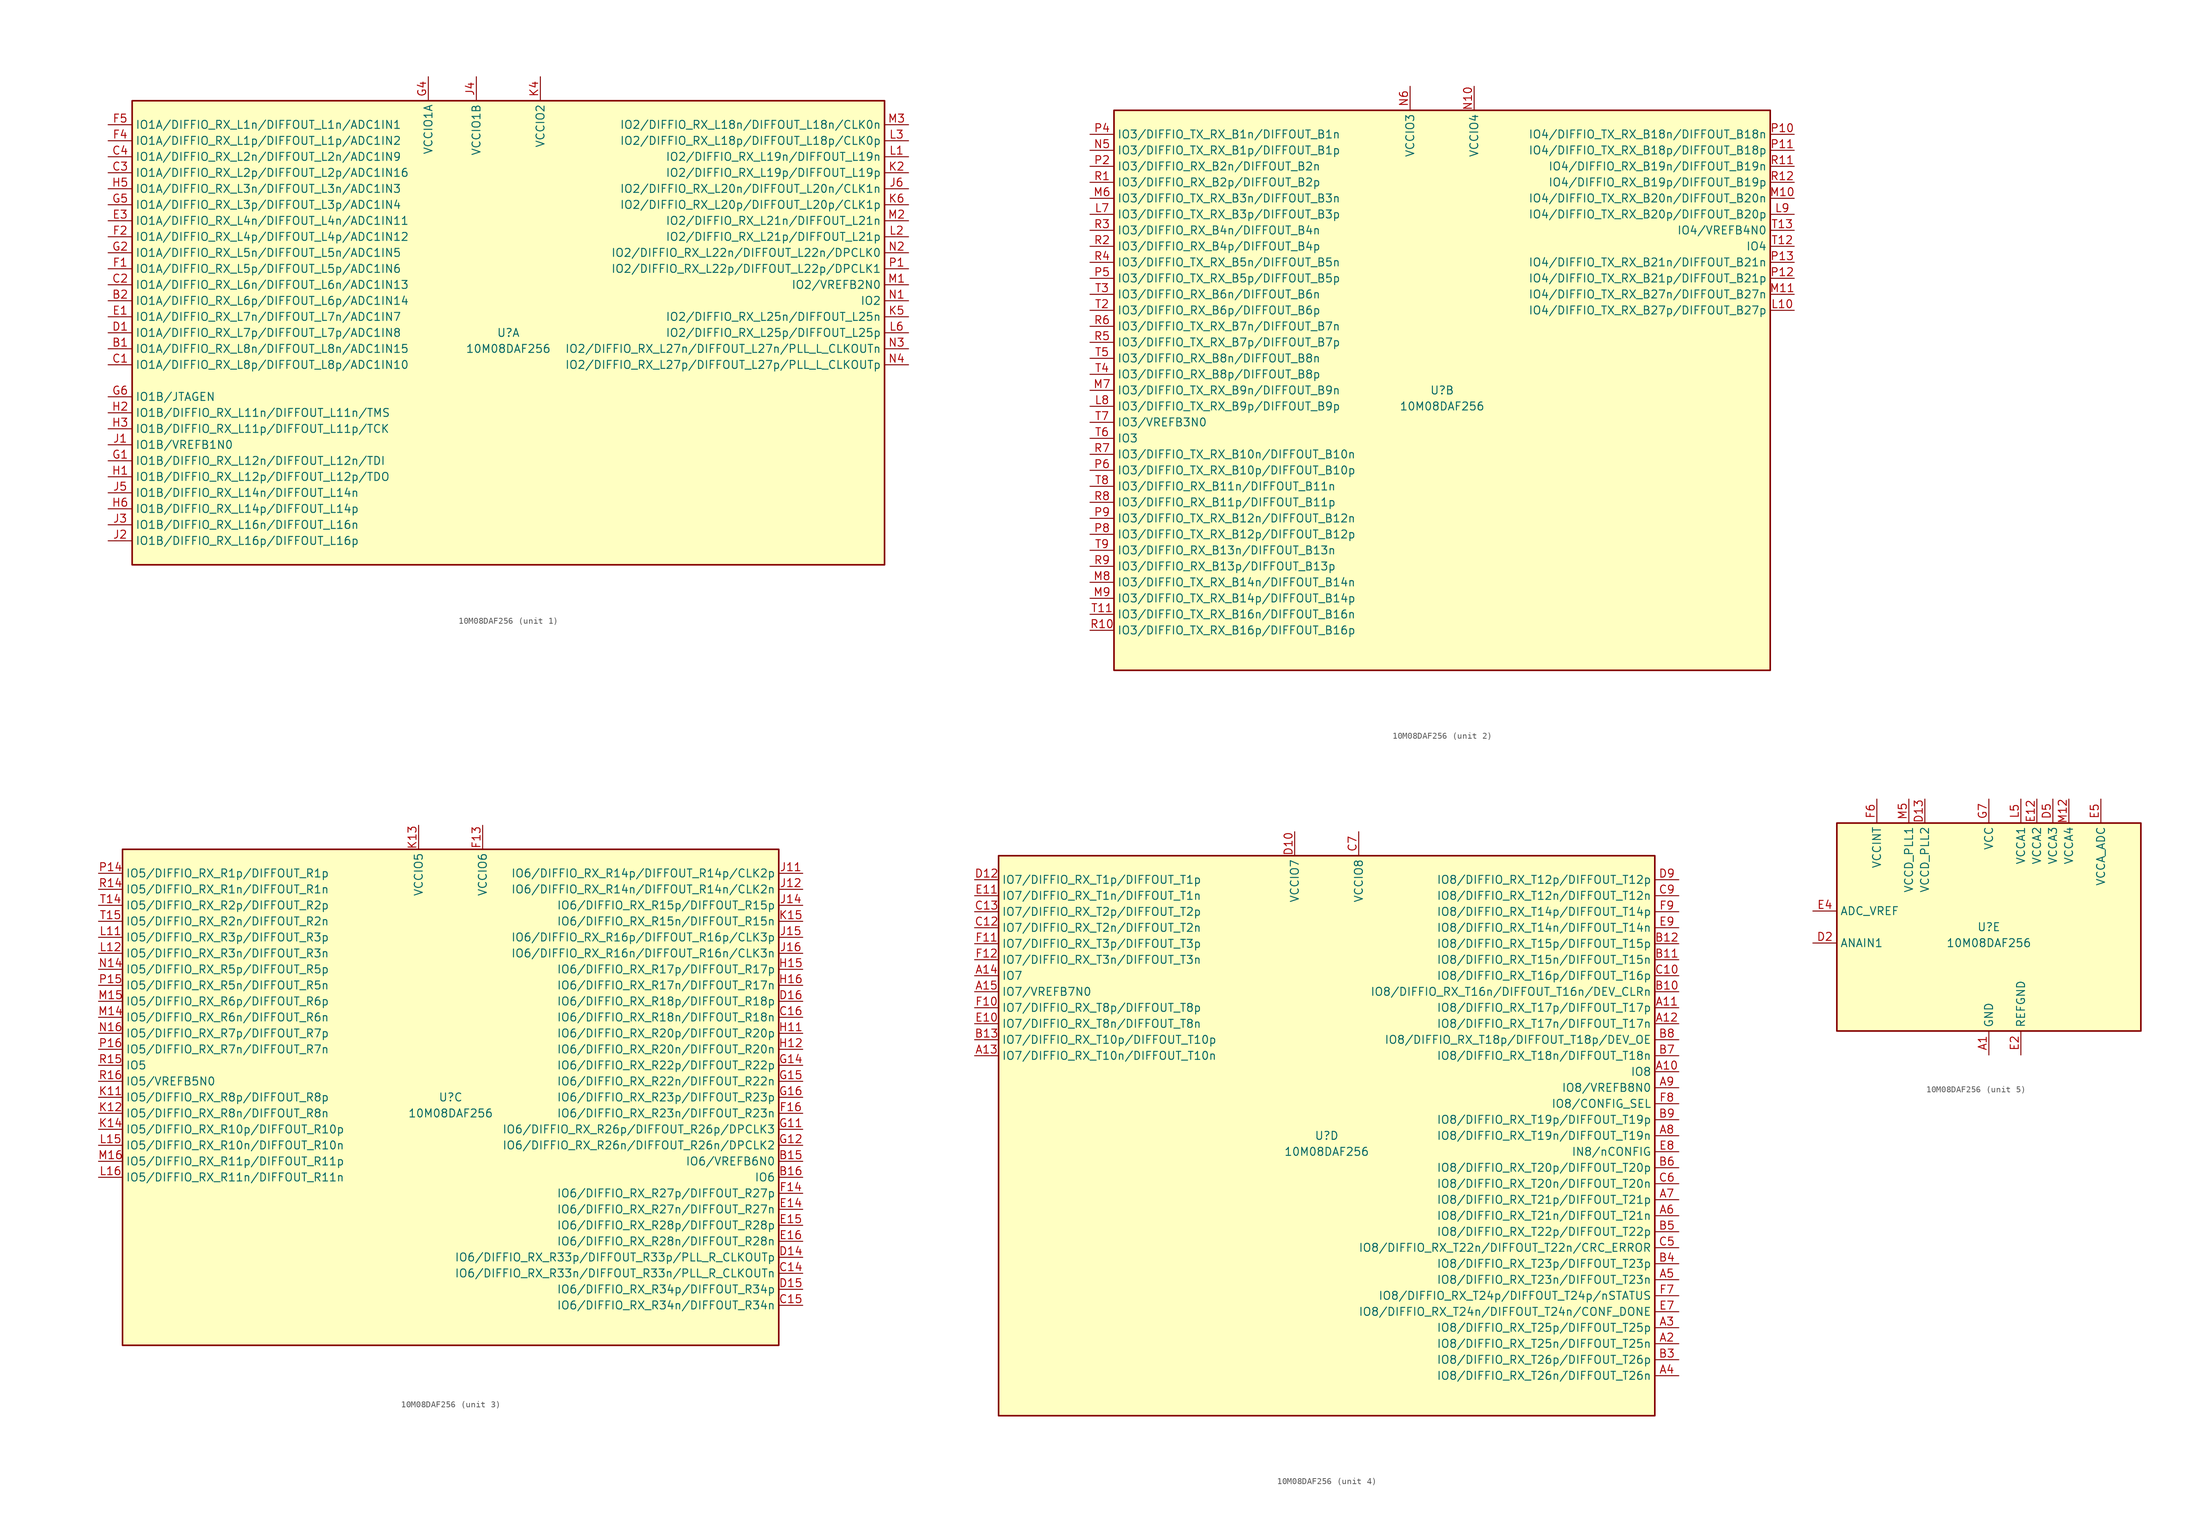
<source format=kicad_sym>
(kicad_symbol_lib
  (version 20220914)
  (generator kicad_symbol_editor)
  (symbol "10M08DAF256"
    (property "Reference" "U"
      (at 0 0 0)
      (effects (font (size 1.27 1.27))))
    (property "Value" "10M08DAF256"
      (at 0 -2.54 0)
      (effects (font (size 1.27 1.27))))
    (property "ki_locked" ""
      (at 0 0 0)
      (effects (font (size 1.27 1.27))))
    (symbol "10M08DAF256_1_1"
      (rectangle (start -59.69 36.83) (end 59.69 -36.83) (stroke (width 0.254) (type default)) (fill (type background)))
      (pin bidirectional line (at -63.5 -2.54 0) (length 3.81) (name "IO1A/DIFFIO_RX_L8n/DIFFOUT_L8n/ADC1IN15" (effects (font (size 1.27 1.27)))) (number "B1" (effects (font (size 1.27 1.27)))))
      (pin bidirectional line (at -63.5 5.08 0) (length 3.81) (name "IO1A/DIFFIO_RX_L6p/DIFFOUT_L6p/ADC1IN14" (effects (font (size 1.27 1.27)))) (number "B2" (effects (font (size 1.27 1.27)))))
      (pin bidirectional line (at -63.5 -5.08 0) (length 3.81) (name "IO1A/DIFFIO_RX_L8p/DIFFOUT_L8p/ADC1IN10" (effects (font (size 1.27 1.27)))) (number "C1" (effects (font (size 1.27 1.27)))))
      (pin bidirectional line (at -63.5 7.62 0) (length 3.81) (name "IO1A/DIFFIO_RX_L6n/DIFFOUT_L6n/ADC1IN13" (effects (font (size 1.27 1.27)))) (number "C2" (effects (font (size 1.27 1.27)))))
      (pin bidirectional line (at -63.5 25.4 0) (length 3.81) (name "IO1A/DIFFIO_RX_L2p/DIFFOUT_L2p/ADC1IN16" (effects (font (size 1.27 1.27)))) (number "C3" (effects (font (size 1.27 1.27)))))
      (pin bidirectional line (at -63.5 27.94 0) (length 3.81) (name "IO1A/DIFFIO_RX_L2n/DIFFOUT_L2n/ADC1IN9" (effects (font (size 1.27 1.27)))) (number "C4" (effects (font (size 1.27 1.27)))))
      (pin bidirectional line (at -63.5 0 0) (length 3.81) (name "IO1A/DIFFIO_RX_L7p/DIFFOUT_L7p/ADC1IN8" (effects (font (size 1.27 1.27)))) (number "D1" (effects (font (size 1.27 1.27)))))
      (pin bidirectional line (at -63.5 2.54 0) (length 3.81) (name "IO1A/DIFFIO_RX_L7n/DIFFOUT_L7n/ADC1IN7" (effects (font (size 1.27 1.27)))) (number "E1" (effects (font (size 1.27 1.27)))))
      (pin bidirectional line (at -63.5 17.78 0) (length 3.81) (name "IO1A/DIFFIO_RX_L4n/DIFFOUT_L4n/ADC1IN11" (effects (font (size 1.27 1.27)))) (number "E3" (effects (font (size 1.27 1.27)))))
      (pin bidirectional line (at -63.5 10.16 0) (length 3.81) (name "IO1A/DIFFIO_RX_L5p/DIFFOUT_L5p/ADC1IN6" (effects (font (size 1.27 1.27)))) (number "F1" (effects (font (size 1.27 1.27)))))
      (pin bidirectional line (at -63.5 15.24 0) (length 3.81) (name "IO1A/DIFFIO_RX_L4p/DIFFOUT_L4p/ADC1IN12" (effects (font (size 1.27 1.27)))) (number "F2" (effects (font (size 1.27 1.27)))))
      (pin bidirectional line (at -63.5 30.48 0) (length 3.81) (name "IO1A/DIFFIO_RX_L1p/DIFFOUT_L1p/ADC1IN2" (effects (font (size 1.27 1.27)))) (number "F4" (effects (font (size 1.27 1.27)))))
      (pin bidirectional line (at -63.5 33.02 0) (length 3.81) (name "IO1A/DIFFIO_RX_L1n/DIFFOUT_L1n/ADC1IN1" (effects (font (size 1.27 1.27)))) (number "F5" (effects (font (size 1.27 1.27)))))
      (pin bidirectional line (at -63.5 -20.32 0) (length 3.81) (name "IO1B/DIFFIO_RX_L12n/DIFFOUT_L12n/TDI" (effects (font (size 1.27 1.27)))) (number "G1" (effects (font (size 1.27 1.27)))))
      (pin bidirectional line (at -63.5 12.7 0) (length 3.81) (name "IO1A/DIFFIO_RX_L5n/DIFFOUT_L5n/ADC1IN5" (effects (font (size 1.27 1.27)))) (number "G2" (effects (font (size 1.27 1.27)))))
      (pin power_in line (at -12.7 40.64 270) (length 3.81) (name "VCCIO1A" (effects (font (size 1.27 1.27)))) (number "G4" (effects (font (size 1.27 1.27)))))
      (pin bidirectional line (at -63.5 20.32 0) (length 3.81) (name "IO1A/DIFFIO_RX_L3p/DIFFOUT_L3p/ADC1IN4" (effects (font (size 1.27 1.27)))) (number "G5" (effects (font (size 1.27 1.27)))))
      (pin bidirectional line (at -63.5 -10.16 0) (length 3.81) (name "IO1B/JTAGEN" (effects (font (size 1.27 1.27)))) (number "G6" (effects (font (size 1.27 1.27)))))
      (pin bidirectional line (at -63.5 -22.86 0) (length 3.81) (name "IO1B/DIFFIO_RX_L12p/DIFFOUT_L12p/TDO" (effects (font (size 1.27 1.27)))) (number "H1" (effects (font (size 1.27 1.27)))))
      (pin bidirectional line (at -63.5 -12.7 0) (length 3.81) (name "IO1B/DIFFIO_RX_L11n/DIFFOUT_L11n/TMS" (effects (font (size 1.27 1.27)))) (number "H2" (effects (font (size 1.27 1.27)))))
      (pin bidirectional line (at -63.5 -15.24 0) (length 3.81) (name "IO1B/DIFFIO_RX_L11p/DIFFOUT_L11p/TCK" (effects (font (size 1.27 1.27)))) (number "H3" (effects (font (size 1.27 1.27)))))
      (pin passive line (at -12.7 40.64 270) (length 3.81) hide (name "VCCIO1A" (effects (font (size 1.27 1.27)))) (number "H4" (effects (font (size 1.27 1.27)))))
      (pin bidirectional line (at -63.5 22.86 0) (length 3.81) (name "IO1A/DIFFIO_RX_L3n/DIFFOUT_L3n/ADC1IN3" (effects (font (size 1.27 1.27)))) (number "H5" (effects (font (size 1.27 1.27)))))
      (pin bidirectional line (at -63.5 -27.94 0) (length 3.81) (name "IO1B/DIFFIO_RX_L14p/DIFFOUT_L14p" (effects (font (size 1.27 1.27)))) (number "H6" (effects (font (size 1.27 1.27)))))
      (pin bidirectional line (at -63.5 -17.78 0) (length 3.81) (name "IO1B/VREFB1N0" (effects (font (size 1.27 1.27)))) (number "J1" (effects (font (size 1.27 1.27)))))
      (pin bidirectional line (at -63.5 -33.02 0) (length 3.81) (name "IO1B/DIFFIO_RX_L16p/DIFFOUT_L16p" (effects (font (size 1.27 1.27)))) (number "J2" (effects (font (size 1.27 1.27)))))
      (pin bidirectional line (at -63.5 -30.48 0) (length 3.81) (name "IO1B/DIFFIO_RX_L16n/DIFFOUT_L16n" (effects (font (size 1.27 1.27)))) (number "J3" (effects (font (size 1.27 1.27)))))
      (pin power_in line (at -5.08 40.64 270) (length 3.81) (name "VCCIO1B" (effects (font (size 1.27 1.27)))) (number "J4" (effects (font (size 1.27 1.27)))))
      (pin bidirectional line (at -63.5 -25.4 0) (length 3.81) (name "IO1B/DIFFIO_RX_L14n/DIFFOUT_L14n" (effects (font (size 1.27 1.27)))) (number "J5" (effects (font (size 1.27 1.27)))))
      (pin bidirectional line (at 63.5 22.86 180) (length 3.81) (name "IO2/DIFFIO_RX_L20n/DIFFOUT_L20n/CLK1n" (effects (font (size 1.27 1.27)))) (number "J6" (effects (font (size 1.27 1.27)))))
      (pin bidirectional line (at 63.5 25.4 180) (length 3.81) (name "IO2/DIFFIO_RX_L19p/DIFFOUT_L19p" (effects (font (size 1.27 1.27)))) (number "K2" (effects (font (size 1.27 1.27)))))
      (pin power_in line (at 5.08 40.64 270) (length 3.81) (name "VCCIO2" (effects (font (size 1.27 1.27)))) (number "K4" (effects (font (size 1.27 1.27)))))
      (pin bidirectional line (at 63.5 2.54 180) (length 3.81) (name "IO2/DIFFIO_RX_L25n/DIFFOUT_L25n" (effects (font (size 1.27 1.27)))) (number "K5" (effects (font (size 1.27 1.27)))))
      (pin bidirectional line (at 63.5 20.32 180) (length 3.81) (name "IO2/DIFFIO_RX_L20p/DIFFOUT_L20p/CLK1p" (effects (font (size 1.27 1.27)))) (number "K6" (effects (font (size 1.27 1.27)))))
      (pin bidirectional line (at 63.5 27.94 180) (length 3.81) (name "IO2/DIFFIO_RX_L19n/DIFFOUT_L19n" (effects (font (size 1.27 1.27)))) (number "L1" (effects (font (size 1.27 1.27)))))
      (pin bidirectional line (at 63.5 15.24 180) (length 3.81) (name "IO2/DIFFIO_RX_L21p/DIFFOUT_L21p" (effects (font (size 1.27 1.27)))) (number "L2" (effects (font (size 1.27 1.27)))))
      (pin bidirectional line (at 63.5 30.48 180) (length 3.81) (name "IO2/DIFFIO_RX_L18p/DIFFOUT_L18p/CLK0p" (effects (font (size 1.27 1.27)))) (number "L3" (effects (font (size 1.27 1.27)))))
      (pin passive line (at 5.08 40.64 270) (length 3.81) hide (name "VCCIO2" (effects (font (size 1.27 1.27)))) (number "L4" (effects (font (size 1.27 1.27)))))
      (pin bidirectional line (at 63.5 0 180) (length 3.81) (name "IO2/DIFFIO_RX_L25p/DIFFOUT_L25p" (effects (font (size 1.27 1.27)))) (number "L6" (effects (font (size 1.27 1.27)))))
      (pin bidirectional line (at 63.5 7.62 180) (length 3.81) (name "IO2/VREFB2N0" (effects (font (size 1.27 1.27)))) (number "M1" (effects (font (size 1.27 1.27)))))
      (pin bidirectional line (at 63.5 17.78 180) (length 3.81) (name "IO2/DIFFIO_RX_L21n/DIFFOUT_L21n" (effects (font (size 1.27 1.27)))) (number "M2" (effects (font (size 1.27 1.27)))))
      (pin bidirectional line (at 63.5 33.02 180) (length 3.81) (name "IO2/DIFFIO_RX_L18n/DIFFOUT_L18n/CLK0n" (effects (font (size 1.27 1.27)))) (number "M3" (effects (font (size 1.27 1.27)))))
      (pin bidirectional line (at 63.5 5.08 180) (length 3.81) (name "IO2" (effects (font (size 1.27 1.27)))) (number "N1" (effects (font (size 1.27 1.27)))))
      (pin bidirectional line (at 63.5 12.7 180) (length 3.81) (name "IO2/DIFFIO_RX_L22n/DIFFOUT_L22n/DPCLK0" (effects (font (size 1.27 1.27)))) (number "N2" (effects (font (size 1.27 1.27)))))
      (pin bidirectional line (at 63.5 -2.54 180) (length 3.81) (name "IO2/DIFFIO_RX_L27n/DIFFOUT_L27n/PLL_L_CLKOUTn" (effects (font (size 1.27 1.27)))) (number "N3" (effects (font (size 1.27 1.27)))))
      (pin bidirectional line (at 63.5 -5.08 180) (length 3.81) (name "IO2/DIFFIO_RX_L27p/DIFFOUT_L27p/PLL_L_CLKOUTp" (effects (font (size 1.27 1.27)))) (number "N4" (effects (font (size 1.27 1.27)))))
      (pin bidirectional line (at 63.5 10.16 180) (length 3.81) (name "IO2/DIFFIO_RX_L22p/DIFFOUT_L22p/DPCLK1" (effects (font (size 1.27 1.27)))) (number "P1" (effects (font (size 1.27 1.27))))))
    (symbol "10M08DAF256_2_1"
      (rectangle (start -52.07 44.45) (end 52.07 -44.45) (stroke (width 0.254) (type default)) (fill (type background)))
      (pin bidirectional line (at 55.88 12.7 180) (length 3.81) (name "IO4/DIFFIO_TX_RX_B27p/DIFFOUT_B27p" (effects (font (size 1.27 1.27)))) (number "L10" (effects (font (size 1.27 1.27)))))
      (pin bidirectional line (at -55.88 27.94 0) (length 3.81) (name "IO3/DIFFIO_TX_RX_B3p/DIFFOUT_B3p" (effects (font (size 1.27 1.27)))) (number "L7" (effects (font (size 1.27 1.27)))))
      (pin bidirectional line (at -55.88 -2.54 0) (length 3.81) (name "IO3/DIFFIO_TX_RX_B9p/DIFFOUT_B9p" (effects (font (size 1.27 1.27)))) (number "L8" (effects (font (size 1.27 1.27)))))
      (pin bidirectional line (at 55.88 27.94 180) (length 3.81) (name "IO4/DIFFIO_TX_RX_B20p/DIFFOUT_B20p" (effects (font (size 1.27 1.27)))) (number "L9" (effects (font (size 1.27 1.27)))))
      (pin bidirectional line (at 55.88 30.48 180) (length 3.81) (name "IO4/DIFFIO_TX_RX_B20n/DIFFOUT_B20n" (effects (font (size 1.27 1.27)))) (number "M10" (effects (font (size 1.27 1.27)))))
      (pin bidirectional line (at 55.88 15.24 180) (length 3.81) (name "IO4/DIFFIO_TX_RX_B27n/DIFFOUT_B27n" (effects (font (size 1.27 1.27)))) (number "M11" (effects (font (size 1.27 1.27)))))
      (pin bidirectional line (at -55.88 30.48 0) (length 3.81) (name "IO3/DIFFIO_TX_RX_B3n/DIFFOUT_B3n" (effects (font (size 1.27 1.27)))) (number "M6" (effects (font (size 1.27 1.27)))))
      (pin bidirectional line (at -55.88 0 0) (length 3.81) (name "IO3/DIFFIO_TX_RX_B9n/DIFFOUT_B9n" (effects (font (size 1.27 1.27)))) (number "M7" (effects (font (size 1.27 1.27)))))
      (pin bidirectional line (at -55.88 -30.48 0) (length 3.81) (name "IO3/DIFFIO_TX_RX_B14n/DIFFOUT_B14n" (effects (font (size 1.27 1.27)))) (number "M8" (effects (font (size 1.27 1.27)))))
      (pin bidirectional line (at -55.88 -33.02 0) (length 3.81) (name "IO3/DIFFIO_TX_RX_B14p/DIFFOUT_B14p" (effects (font (size 1.27 1.27)))) (number "M9" (effects (font (size 1.27 1.27)))))
      (pin power_in line (at 5.08 48.26 270) (length 3.81) (name "VCCIO4" (effects (font (size 1.27 1.27)))) (number "N10" (effects (font (size 1.27 1.27)))))
      (pin passive line (at 5.08 48.26 270) (length 3.81) hide (name "VCCIO4" (effects (font (size 1.27 1.27)))) (number "N11" (effects (font (size 1.27 1.27)))))
      (pin bidirectional line (at -55.88 38.1 0) (length 3.81) (name "IO3/DIFFIO_TX_RX_B1p/DIFFOUT_B1p" (effects (font (size 1.27 1.27)))) (number "N5" (effects (font (size 1.27 1.27)))))
      (pin power_in line (at -5.08 48.26 270) (length 3.81) (name "VCCIO3" (effects (font (size 1.27 1.27)))) (number "N6" (effects (font (size 1.27 1.27)))))
      (pin passive line (at -5.08 48.26 270) (length 3.81) hide (name "VCCIO3" (effects (font (size 1.27 1.27)))) (number "N7" (effects (font (size 1.27 1.27)))))
      (pin passive line (at -5.08 48.26 270) (length 3.81) hide (name "VCCIO3" (effects (font (size 1.27 1.27)))) (number "N8" (effects (font (size 1.27 1.27)))))
      (pin bidirectional line (at 55.88 40.64 180) (length 3.81) (name "IO4/DIFFIO_TX_RX_B18n/DIFFOUT_B18n" (effects (font (size 1.27 1.27)))) (number "P10" (effects (font (size 1.27 1.27)))))
      (pin bidirectional line (at 55.88 38.1 180) (length 3.81) (name "IO4/DIFFIO_TX_RX_B18p/DIFFOUT_B18p" (effects (font (size 1.27 1.27)))) (number "P11" (effects (font (size 1.27 1.27)))))
      (pin bidirectional line (at 55.88 17.78 180) (length 3.81) (name "IO4/DIFFIO_TX_RX_B21p/DIFFOUT_B21p" (effects (font (size 1.27 1.27)))) (number "P12" (effects (font (size 1.27 1.27)))))
      (pin bidirectional line (at 55.88 20.32 180) (length 3.81) (name "IO4/DIFFIO_TX_RX_B21n/DIFFOUT_B21n" (effects (font (size 1.27 1.27)))) (number "P13" (effects (font (size 1.27 1.27)))))
      (pin bidirectional line (at -55.88 35.56 0) (length 3.81) (name "IO3/DIFFIO_RX_B2n/DIFFOUT_B2n" (effects (font (size 1.27 1.27)))) (number "P2" (effects (font (size 1.27 1.27)))))
      (pin bidirectional line (at -55.88 40.64 0) (length 3.81) (name "IO3/DIFFIO_TX_RX_B1n/DIFFOUT_B1n" (effects (font (size 1.27 1.27)))) (number "P4" (effects (font (size 1.27 1.27)))))
      (pin bidirectional line (at -55.88 17.78 0) (length 3.81) (name "IO3/DIFFIO_TX_RX_B5p/DIFFOUT_B5p" (effects (font (size 1.27 1.27)))) (number "P5" (effects (font (size 1.27 1.27)))))
      (pin bidirectional line (at -55.88 -12.7 0) (length 3.81) (name "IO3/DIFFIO_TX_RX_B10p/DIFFOUT_B10p" (effects (font (size 1.27 1.27)))) (number "P6" (effects (font (size 1.27 1.27)))))
      (pin bidirectional line (at -55.88 -22.86 0) (length 3.81) (name "IO3/DIFFIO_TX_RX_B12p/DIFFOUT_B12p" (effects (font (size 1.27 1.27)))) (number "P8" (effects (font (size 1.27 1.27)))))
      (pin bidirectional line (at -55.88 -20.32 0) (length 3.81) (name "IO3/DIFFIO_TX_RX_B12n/DIFFOUT_B12n" (effects (font (size 1.27 1.27)))) (number "P9" (effects (font (size 1.27 1.27)))))
      (pin bidirectional line (at -55.88 33.02 0) (length 3.81) (name "IO3/DIFFIO_RX_B2p/DIFFOUT_B2p" (effects (font (size 1.27 1.27)))) (number "R1" (effects (font (size 1.27 1.27)))))
      (pin bidirectional line (at -55.88 -38.1 0) (length 3.81) (name "IO3/DIFFIO_TX_RX_B16p/DIFFOUT_B16p" (effects (font (size 1.27 1.27)))) (number "R10" (effects (font (size 1.27 1.27)))))
      (pin bidirectional line (at 55.88 35.56 180) (length 3.81) (name "IO4/DIFFIO_RX_B19n/DIFFOUT_B19n" (effects (font (size 1.27 1.27)))) (number "R11" (effects (font (size 1.27 1.27)))))
      (pin bidirectional line (at 55.88 33.02 180) (length 3.81) (name "IO4/DIFFIO_RX_B19p/DIFFOUT_B19p" (effects (font (size 1.27 1.27)))) (number "R12" (effects (font (size 1.27 1.27)))))
      (pin bidirectional line (at -55.88 22.86 0) (length 3.81) (name "IO3/DIFFIO_RX_B4p/DIFFOUT_B4p" (effects (font (size 1.27 1.27)))) (number "R2" (effects (font (size 1.27 1.27)))))
      (pin bidirectional line (at -55.88 25.4 0) (length 3.81) (name "IO3/DIFFIO_RX_B4n/DIFFOUT_B4n" (effects (font (size 1.27 1.27)))) (number "R3" (effects (font (size 1.27 1.27)))))
      (pin bidirectional line (at -55.88 20.32 0) (length 3.81) (name "IO3/DIFFIO_TX_RX_B5n/DIFFOUT_B5n" (effects (font (size 1.27 1.27)))) (number "R4" (effects (font (size 1.27 1.27)))))
      (pin bidirectional line (at -55.88 7.62 0) (length 3.81) (name "IO3/DIFFIO_TX_RX_B7p/DIFFOUT_B7p" (effects (font (size 1.27 1.27)))) (number "R5" (effects (font (size 1.27 1.27)))))
      (pin bidirectional line (at -55.88 10.16 0) (length 3.81) (name "IO3/DIFFIO_TX_RX_B7n/DIFFOUT_B7n" (effects (font (size 1.27 1.27)))) (number "R6" (effects (font (size 1.27 1.27)))))
      (pin bidirectional line (at -55.88 -10.16 0) (length 3.81) (name "IO3/DIFFIO_TX_RX_B10n/DIFFOUT_B10n" (effects (font (size 1.27 1.27)))) (number "R7" (effects (font (size 1.27 1.27)))))
      (pin bidirectional line (at -55.88 -17.78 0) (length 3.81) (name "IO3/DIFFIO_RX_B11p/DIFFOUT_B11p" (effects (font (size 1.27 1.27)))) (number "R8" (effects (font (size 1.27 1.27)))))
      (pin bidirectional line (at -55.88 -27.94 0) (length 3.81) (name "IO3/DIFFIO_RX_B13p/DIFFOUT_B13p" (effects (font (size 1.27 1.27)))) (number "R9" (effects (font (size 1.27 1.27)))))
      (pin bidirectional line (at -55.88 -35.56 0) (length 3.81) (name "IO3/DIFFIO_TX_RX_B16n/DIFFOUT_B16n" (effects (font (size 1.27 1.27)))) (number "T11" (effects (font (size 1.27 1.27)))))
      (pin bidirectional line (at 55.88 22.86 180) (length 3.81) (name "IO4" (effects (font (size 1.27 1.27)))) (number "T12" (effects (font (size 1.27 1.27)))))
      (pin bidirectional line (at 55.88 25.4 180) (length 3.81) (name "IO4/VREFB4N0" (effects (font (size 1.27 1.27)))) (number "T13" (effects (font (size 1.27 1.27)))))
      (pin bidirectional line (at -55.88 12.7 0) (length 3.81) (name "IO3/DIFFIO_RX_B6p/DIFFOUT_B6p" (effects (font (size 1.27 1.27)))) (number "T2" (effects (font (size 1.27 1.27)))))
      (pin bidirectional line (at -55.88 15.24 0) (length 3.81) (name "IO3/DIFFIO_RX_B6n/DIFFOUT_B6n" (effects (font (size 1.27 1.27)))) (number "T3" (effects (font (size 1.27 1.27)))))
      (pin bidirectional line (at -55.88 2.54 0) (length 3.81) (name "IO3/DIFFIO_RX_B8p/DIFFOUT_B8p" (effects (font (size 1.27 1.27)))) (number "T4" (effects (font (size 1.27 1.27)))))
      (pin bidirectional line (at -55.88 5.08 0) (length 3.81) (name "IO3/DIFFIO_RX_B8n/DIFFOUT_B8n" (effects (font (size 1.27 1.27)))) (number "T5" (effects (font (size 1.27 1.27)))))
      (pin bidirectional line (at -55.88 -7.62 0) (length 3.81) (name "IO3" (effects (font (size 1.27 1.27)))) (number "T6" (effects (font (size 1.27 1.27)))))
      (pin bidirectional line (at -55.88 -5.08 0) (length 3.81) (name "IO3/VREFB3N0" (effects (font (size 1.27 1.27)))) (number "T7" (effects (font (size 1.27 1.27)))))
      (pin bidirectional line (at -55.88 -15.24 0) (length 3.81) (name "IO3/DIFFIO_RX_B11n/DIFFOUT_B11n" (effects (font (size 1.27 1.27)))) (number "T8" (effects (font (size 1.27 1.27)))))
      (pin bidirectional line (at -55.88 -25.4 0) (length 3.81) (name "IO3/DIFFIO_RX_B13n/DIFFOUT_B13n" (effects (font (size 1.27 1.27)))) (number "T9" (effects (font (size 1.27 1.27))))))
    (symbol "10M08DAF256_3_1"
      (rectangle (start -52.07 39.37) (end 52.07 -39.37) (stroke (width 0.254) (type default)) (fill (type background)))
      (pin bidirectional line (at 55.88 -10.16 180) (length 3.81) (name "IO6/VREFB6N0" (effects (font (size 1.27 1.27)))) (number "B15" (effects (font (size 1.27 1.27)))))
      (pin bidirectional line (at 55.88 -12.7 180) (length 3.81) (name "IO6" (effects (font (size 1.27 1.27)))) (number "B16" (effects (font (size 1.27 1.27)))))
      (pin bidirectional line (at 55.88 -27.94 180) (length 3.81) (name "IO6/DIFFIO_RX_R33n/DIFFOUT_R33n/PLL_R_CLKOUTn" (effects (font (size 1.27 1.27)))) (number "C14" (effects (font (size 1.27 1.27)))))
      (pin bidirectional line (at 55.88 -33.02 180) (length 3.81) (name "IO6/DIFFIO_RX_R34n/DIFFOUT_R34n" (effects (font (size 1.27 1.27)))) (number "C15" (effects (font (size 1.27 1.27)))))
      (pin bidirectional line (at 55.88 12.7 180) (length 3.81) (name "IO6/DIFFIO_RX_R18n/DIFFOUT_R18n" (effects (font (size 1.27 1.27)))) (number "C16" (effects (font (size 1.27 1.27)))))
      (pin bidirectional line (at 55.88 -25.4 180) (length 3.81) (name "IO6/DIFFIO_RX_R33p/DIFFOUT_R33p/PLL_R_CLKOUTp" (effects (font (size 1.27 1.27)))) (number "D14" (effects (font (size 1.27 1.27)))))
      (pin bidirectional line (at 55.88 -30.48 180) (length 3.81) (name "IO6/DIFFIO_RX_R34p/DIFFOUT_R34p" (effects (font (size 1.27 1.27)))) (number "D15" (effects (font (size 1.27 1.27)))))
      (pin bidirectional line (at 55.88 15.24 180) (length 3.81) (name "IO6/DIFFIO_RX_R18p/DIFFOUT_R18p" (effects (font (size 1.27 1.27)))) (number "D16" (effects (font (size 1.27 1.27)))))
      (pin bidirectional line (at 55.88 -17.78 180) (length 3.81) (name "IO6/DIFFIO_RX_R27n/DIFFOUT_R27n" (effects (font (size 1.27 1.27)))) (number "E14" (effects (font (size 1.27 1.27)))))
      (pin bidirectional line (at 55.88 -20.32 180) (length 3.81) (name "IO6/DIFFIO_RX_R28p/DIFFOUT_R28p" (effects (font (size 1.27 1.27)))) (number "E15" (effects (font (size 1.27 1.27)))))
      (pin bidirectional line (at 55.88 -22.86 180) (length 3.81) (name "IO6/DIFFIO_RX_R28n/DIFFOUT_R28n" (effects (font (size 1.27 1.27)))) (number "E16" (effects (font (size 1.27 1.27)))))
      (pin power_in line (at 5.08 43.18 270) (length 3.81) (name "VCCIO6" (effects (font (size 1.27 1.27)))) (number "F13" (effects (font (size 1.27 1.27)))))
      (pin bidirectional line (at 55.88 -15.24 180) (length 3.81) (name "IO6/DIFFIO_RX_R27p/DIFFOUT_R27p" (effects (font (size 1.27 1.27)))) (number "F14" (effects (font (size 1.27 1.27)))))
      (pin bidirectional line (at 55.88 -2.54 180) (length 3.81) (name "IO6/DIFFIO_RX_R23n/DIFFOUT_R23n" (effects (font (size 1.27 1.27)))) (number "F16" (effects (font (size 1.27 1.27)))))
      (pin bidirectional line (at 55.88 -5.08 180) (length 3.81) (name "IO6/DIFFIO_RX_R26p/DIFFOUT_R26p/DPCLK3" (effects (font (size 1.27 1.27)))) (number "G11" (effects (font (size 1.27 1.27)))))
      (pin bidirectional line (at 55.88 -7.62 180) (length 3.81) (name "IO6/DIFFIO_RX_R26n/DIFFOUT_R26n/DPCLK2" (effects (font (size 1.27 1.27)))) (number "G12" (effects (font (size 1.27 1.27)))))
      (pin passive line (at 5.08 43.18 270) (length 3.81) hide (name "VCCIO6" (effects (font (size 1.27 1.27)))) (number "G13" (effects (font (size 1.27 1.27)))))
      (pin bidirectional line (at 55.88 5.08 180) (length 3.81) (name "IO6/DIFFIO_RX_R22p/DIFFOUT_R22p" (effects (font (size 1.27 1.27)))) (number "G14" (effects (font (size 1.27 1.27)))))
      (pin bidirectional line (at 55.88 2.54 180) (length 3.81) (name "IO6/DIFFIO_RX_R22n/DIFFOUT_R22n" (effects (font (size 1.27 1.27)))) (number "G15" (effects (font (size 1.27 1.27)))))
      (pin bidirectional line (at 55.88 0 180) (length 3.81) (name "IO6/DIFFIO_RX_R23p/DIFFOUT_R23p" (effects (font (size 1.27 1.27)))) (number "G16" (effects (font (size 1.27 1.27)))))
      (pin bidirectional line (at 55.88 10.16 180) (length 3.81) (name "IO6/DIFFIO_RX_R20p/DIFFOUT_R20p" (effects (font (size 1.27 1.27)))) (number "H11" (effects (font (size 1.27 1.27)))))
      (pin bidirectional line (at 55.88 7.62 180) (length 3.81) (name "IO6/DIFFIO_RX_R20n/DIFFOUT_R20n" (effects (font (size 1.27 1.27)))) (number "H12" (effects (font (size 1.27 1.27)))))
      (pin passive line (at 5.08 43.18 270) (length 3.81) hide (name "VCCIO6" (effects (font (size 1.27 1.27)))) (number "H13" (effects (font (size 1.27 1.27)))))
      (pin bidirectional line (at 55.88 20.32 180) (length 3.81) (name "IO6/DIFFIO_RX_R17p/DIFFOUT_R17p" (effects (font (size 1.27 1.27)))) (number "H15" (effects (font (size 1.27 1.27)))))
      (pin bidirectional line (at 55.88 17.78 180) (length 3.81) (name "IO6/DIFFIO_RX_R17n/DIFFOUT_R17n" (effects (font (size 1.27 1.27)))) (number "H16" (effects (font (size 1.27 1.27)))))
      (pin bidirectional line (at 55.88 35.56 180) (length 3.81) (name "IO6/DIFFIO_RX_R14p/DIFFOUT_R14p/CLK2p" (effects (font (size 1.27 1.27)))) (number "J11" (effects (font (size 1.27 1.27)))))
      (pin bidirectional line (at 55.88 33.02 180) (length 3.81) (name "IO6/DIFFIO_RX_R14n/DIFFOUT_R14n/CLK2n" (effects (font (size 1.27 1.27)))) (number "J12" (effects (font (size 1.27 1.27)))))
      (pin passive line (at 5.08 43.18 270) (length 3.81) hide (name "VCCIO6" (effects (font (size 1.27 1.27)))) (number "J13" (effects (font (size 1.27 1.27)))))
      (pin bidirectional line (at 55.88 30.48 180) (length 3.81) (name "IO6/DIFFIO_RX_R15p/DIFFOUT_R15p" (effects (font (size 1.27 1.27)))) (number "J14" (effects (font (size 1.27 1.27)))))
      (pin bidirectional line (at 55.88 25.4 180) (length 3.81) (name "IO6/DIFFIO_RX_R16p/DIFFOUT_R16p/CLK3p" (effects (font (size 1.27 1.27)))) (number "J15" (effects (font (size 1.27 1.27)))))
      (pin bidirectional line (at 55.88 22.86 180) (length 3.81) (name "IO6/DIFFIO_RX_R16n/DIFFOUT_R16n/CLK3n" (effects (font (size 1.27 1.27)))) (number "J16" (effects (font (size 1.27 1.27)))))
      (pin bidirectional line (at -55.88 0 0) (length 3.81) (name "IO5/DIFFIO_RX_R8p/DIFFOUT_R8p" (effects (font (size 1.27 1.27)))) (number "K11" (effects (font (size 1.27 1.27)))))
      (pin bidirectional line (at -55.88 -2.54 0) (length 3.81) (name "IO5/DIFFIO_RX_R8n/DIFFOUT_R8n" (effects (font (size 1.27 1.27)))) (number "K12" (effects (font (size 1.27 1.27)))))
      (pin power_in line (at -5.08 43.18 270) (length 3.81) (name "VCCIO5" (effects (font (size 1.27 1.27)))) (number "K13" (effects (font (size 1.27 1.27)))))
      (pin bidirectional line (at -55.88 -5.08 0) (length 3.81) (name "IO5/DIFFIO_RX_R10p/DIFFOUT_R10p" (effects (font (size 1.27 1.27)))) (number "K14" (effects (font (size 1.27 1.27)))))
      (pin bidirectional line (at 55.88 27.94 180) (length 3.81) (name "IO6/DIFFIO_RX_R15n/DIFFOUT_R15n" (effects (font (size 1.27 1.27)))) (number "K15" (effects (font (size 1.27 1.27)))))
      (pin bidirectional line (at -55.88 25.4 0) (length 3.81) (name "IO5/DIFFIO_RX_R3p/DIFFOUT_R3p" (effects (font (size 1.27 1.27)))) (number "L11" (effects (font (size 1.27 1.27)))))
      (pin bidirectional line (at -55.88 22.86 0) (length 3.81) (name "IO5/DIFFIO_RX_R3n/DIFFOUT_R3n" (effects (font (size 1.27 1.27)))) (number "L12" (effects (font (size 1.27 1.27)))))
      (pin passive line (at -5.08 43.18 270) (length 3.81) hide (name "VCCIO5" (effects (font (size 1.27 1.27)))) (number "L13" (effects (font (size 1.27 1.27)))))
      (pin bidirectional line (at -55.88 -7.62 0) (length 3.81) (name "IO5/DIFFIO_RX_R10n/DIFFOUT_R10n" (effects (font (size 1.27 1.27)))) (number "L15" (effects (font (size 1.27 1.27)))))
      (pin bidirectional line (at -55.88 -12.7 0) (length 3.81) (name "IO5/DIFFIO_RX_R11n/DIFFOUT_R11n" (effects (font (size 1.27 1.27)))) (number "L16" (effects (font (size 1.27 1.27)))))
      (pin passive line (at -5.08 43.18 270) (length 3.81) hide (name "VCCIO5" (effects (font (size 1.27 1.27)))) (number "M13" (effects (font (size 1.27 1.27)))))
      (pin bidirectional line (at -55.88 12.7 0) (length 3.81) (name "IO5/DIFFIO_RX_R6n/DIFFOUT_R6n" (effects (font (size 1.27 1.27)))) (number "M14" (effects (font (size 1.27 1.27)))))
      (pin bidirectional line (at -55.88 15.24 0) (length 3.81) (name "IO5/DIFFIO_RX_R6p/DIFFOUT_R6p" (effects (font (size 1.27 1.27)))) (number "M15" (effects (font (size 1.27 1.27)))))
      (pin bidirectional line (at -55.88 -10.16 0) (length 3.81) (name "IO5/DIFFIO_RX_R11p/DIFFOUT_R11p" (effects (font (size 1.27 1.27)))) (number "M16" (effects (font (size 1.27 1.27)))))
      (pin bidirectional line (at -55.88 20.32 0) (length 3.81) (name "IO5/DIFFIO_RX_R5p/DIFFOUT_R5p" (effects (font (size 1.27 1.27)))) (number "N14" (effects (font (size 1.27 1.27)))))
      (pin bidirectional line (at -55.88 10.16 0) (length 3.81) (name "IO5/DIFFIO_RX_R7p/DIFFOUT_R7p" (effects (font (size 1.27 1.27)))) (number "N16" (effects (font (size 1.27 1.27)))))
      (pin bidirectional line (at -55.88 35.56 0) (length 3.81) (name "IO5/DIFFIO_RX_R1p/DIFFOUT_R1p" (effects (font (size 1.27 1.27)))) (number "P14" (effects (font (size 1.27 1.27)))))
      (pin bidirectional line (at -55.88 17.78 0) (length 3.81) (name "IO5/DIFFIO_RX_R5n/DIFFOUT_R5n" (effects (font (size 1.27 1.27)))) (number "P15" (effects (font (size 1.27 1.27)))))
      (pin bidirectional line (at -55.88 7.62 0) (length 3.81) (name "IO5/DIFFIO_RX_R7n/DIFFOUT_R7n" (effects (font (size 1.27 1.27)))) (number "P16" (effects (font (size 1.27 1.27)))))
      (pin bidirectional line (at -55.88 33.02 0) (length 3.81) (name "IO5/DIFFIO_RX_R1n/DIFFOUT_R1n" (effects (font (size 1.27 1.27)))) (number "R14" (effects (font (size 1.27 1.27)))))
      (pin bidirectional line (at -55.88 5.08 0) (length 3.81) (name "IO5" (effects (font (size 1.27 1.27)))) (number "R15" (effects (font (size 1.27 1.27)))))
      (pin bidirectional line (at -55.88 2.54 0) (length 3.81) (name "IO5/VREFB5N0" (effects (font (size 1.27 1.27)))) (number "R16" (effects (font (size 1.27 1.27)))))
      (pin bidirectional line (at -55.88 30.48 0) (length 3.81) (name "IO5/DIFFIO_RX_R2p/DIFFOUT_R2p" (effects (font (size 1.27 1.27)))) (number "T14" (effects (font (size 1.27 1.27)))))
      (pin bidirectional line (at -55.88 27.94 0) (length 3.81) (name "IO5/DIFFIO_RX_R2n/DIFFOUT_R2n" (effects (font (size 1.27 1.27)))) (number "T15" (effects (font (size 1.27 1.27))))))
    (symbol "10M08DAF256_4_1"
      (rectangle (start -52.07 44.45) (end 52.07 -44.45) (stroke (width 0.254) (type default)) (fill (type background)))
      (pin bidirectional line (at 55.88 10.16 180) (length 3.81) (name "IO8" (effects (font (size 1.27 1.27)))) (number "A10" (effects (font (size 1.27 1.27)))))
      (pin bidirectional line (at 55.88 20.32 180) (length 3.81) (name "IO8/DIFFIO_RX_T17p/DIFFOUT_T17p" (effects (font (size 1.27 1.27)))) (number "A11" (effects (font (size 1.27 1.27)))))
      (pin bidirectional line (at 55.88 17.78 180) (length 3.81) (name "IO8/DIFFIO_RX_T17n/DIFFOUT_T17n" (effects (font (size 1.27 1.27)))) (number "A12" (effects (font (size 1.27 1.27)))))
      (pin bidirectional line (at -55.88 12.7 0) (length 3.81) (name "IO7/DIFFIO_RX_T10n/DIFFOUT_T10n" (effects (font (size 1.27 1.27)))) (number "A13" (effects (font (size 1.27 1.27)))))
      (pin bidirectional line (at -55.88 25.4 0) (length 3.81) (name "IO7" (effects (font (size 1.27 1.27)))) (number "A14" (effects (font (size 1.27 1.27)))))
      (pin bidirectional line (at -55.88 22.86 0) (length 3.81) (name "IO7/VREFB7N0" (effects (font (size 1.27 1.27)))) (number "A15" (effects (font (size 1.27 1.27)))))
      (pin bidirectional line (at 55.88 -33.02 180) (length 3.81) (name "IO8/DIFFIO_RX_T25n/DIFFOUT_T25n" (effects (font (size 1.27 1.27)))) (number "A2" (effects (font (size 1.27 1.27)))))
      (pin bidirectional line (at 55.88 -30.48 180) (length 3.81) (name "IO8/DIFFIO_RX_T25p/DIFFOUT_T25p" (effects (font (size 1.27 1.27)))) (number "A3" (effects (font (size 1.27 1.27)))))
      (pin bidirectional line (at 55.88 -38.1 180) (length 3.81) (name "IO8/DIFFIO_RX_T26n/DIFFOUT_T26n" (effects (font (size 1.27 1.27)))) (number "A4" (effects (font (size 1.27 1.27)))))
      (pin bidirectional line (at 55.88 -22.86 180) (length 3.81) (name "IO8/DIFFIO_RX_T23n/DIFFOUT_T23n" (effects (font (size 1.27 1.27)))) (number "A5" (effects (font (size 1.27 1.27)))))
      (pin bidirectional line (at 55.88 -12.7 180) (length 3.81) (name "IO8/DIFFIO_RX_T21n/DIFFOUT_T21n" (effects (font (size 1.27 1.27)))) (number "A6" (effects (font (size 1.27 1.27)))))
      (pin bidirectional line (at 55.88 -10.16 180) (length 3.81) (name "IO8/DIFFIO_RX_T21p/DIFFOUT_T21p" (effects (font (size 1.27 1.27)))) (number "A7" (effects (font (size 1.27 1.27)))))
      (pin bidirectional line (at 55.88 0 180) (length 3.81) (name "IO8/DIFFIO_RX_T19n/DIFFOUT_T19n" (effects (font (size 1.27 1.27)))) (number "A8" (effects (font (size 1.27 1.27)))))
      (pin bidirectional line (at 55.88 7.62 180) (length 3.81) (name "IO8/VREFB8N0" (effects (font (size 1.27 1.27)))) (number "A9" (effects (font (size 1.27 1.27)))))
      (pin bidirectional line (at 55.88 22.86 180) (length 3.81) (name "IO8/DIFFIO_RX_T16n/DIFFOUT_T16n/DEV_CLRn" (effects (font (size 1.27 1.27)))) (number "B10" (effects (font (size 1.27 1.27)))))
      (pin bidirectional line (at 55.88 27.94 180) (length 3.81) (name "IO8/DIFFIO_RX_T15n/DIFFOUT_T15n" (effects (font (size 1.27 1.27)))) (number "B11" (effects (font (size 1.27 1.27)))))
      (pin bidirectional line (at 55.88 30.48 180) (length 3.81) (name "IO8/DIFFIO_RX_T15p/DIFFOUT_T15p" (effects (font (size 1.27 1.27)))) (number "B12" (effects (font (size 1.27 1.27)))))
      (pin bidirectional line (at -55.88 15.24 0) (length 3.81) (name "IO7/DIFFIO_RX_T10p/DIFFOUT_T10p" (effects (font (size 1.27 1.27)))) (number "B13" (effects (font (size 1.27 1.27)))))
      (pin bidirectional line (at 55.88 -35.56 180) (length 3.81) (name "IO8/DIFFIO_RX_T26p/DIFFOUT_T26p" (effects (font (size 1.27 1.27)))) (number "B3" (effects (font (size 1.27 1.27)))))
      (pin bidirectional line (at 55.88 -20.32 180) (length 3.81) (name "IO8/DIFFIO_RX_T23p/DIFFOUT_T23p" (effects (font (size 1.27 1.27)))) (number "B4" (effects (font (size 1.27 1.27)))))
      (pin bidirectional line (at 55.88 -15.24 180) (length 3.81) (name "IO8/DIFFIO_RX_T22p/DIFFOUT_T22p" (effects (font (size 1.27 1.27)))) (number "B5" (effects (font (size 1.27 1.27)))))
      (pin bidirectional line (at 55.88 -5.08 180) (length 3.81) (name "IO8/DIFFIO_RX_T20p/DIFFOUT_T20p" (effects (font (size 1.27 1.27)))) (number "B6" (effects (font (size 1.27 1.27)))))
      (pin bidirectional line (at 55.88 12.7 180) (length 3.81) (name "IO8/DIFFIO_RX_T18n/DIFFOUT_T18n" (effects (font (size 1.27 1.27)))) (number "B7" (effects (font (size 1.27 1.27)))))
      (pin bidirectional line (at 55.88 15.24 180) (length 3.81) (name "IO8/DIFFIO_RX_T18p/DIFFOUT_T18p/DEV_OE" (effects (font (size 1.27 1.27)))) (number "B8" (effects (font (size 1.27 1.27)))))
      (pin bidirectional line (at 55.88 2.54 180) (length 3.81) (name "IO8/DIFFIO_RX_T19p/DIFFOUT_T19p" (effects (font (size 1.27 1.27)))) (number "B9" (effects (font (size 1.27 1.27)))))
      (pin bidirectional line (at 55.88 25.4 180) (length 3.81) (name "IO8/DIFFIO_RX_T16p/DIFFOUT_T16p" (effects (font (size 1.27 1.27)))) (number "C10" (effects (font (size 1.27 1.27)))))
      (pin bidirectional line (at -55.88 33.02 0) (length 3.81) (name "IO7/DIFFIO_RX_T2n/DIFFOUT_T2n" (effects (font (size 1.27 1.27)))) (number "C12" (effects (font (size 1.27 1.27)))))
      (pin bidirectional line (at -55.88 35.56 0) (length 3.81) (name "IO7/DIFFIO_RX_T2p/DIFFOUT_T2p" (effects (font (size 1.27 1.27)))) (number "C13" (effects (font (size 1.27 1.27)))))
      (pin bidirectional line (at 55.88 -17.78 180) (length 3.81) (name "IO8/DIFFIO_RX_T22n/DIFFOUT_T22n/CRC_ERROR" (effects (font (size 1.27 1.27)))) (number "C5" (effects (font (size 1.27 1.27)))))
      (pin bidirectional line (at 55.88 -7.62 180) (length 3.81) (name "IO8/DIFFIO_RX_T20n/DIFFOUT_T20n" (effects (font (size 1.27 1.27)))) (number "C6" (effects (font (size 1.27 1.27)))))
      (pin power_in line (at 5.08 48.26 270) (length 3.81) (name "VCCIO8" (effects (font (size 1.27 1.27)))) (number "C7" (effects (font (size 1.27 1.27)))))
      (pin bidirectional line (at 55.88 38.1 180) (length 3.81) (name "IO8/DIFFIO_RX_T12n/DIFFOUT_T12n" (effects (font (size 1.27 1.27)))) (number "C9" (effects (font (size 1.27 1.27)))))
      (pin power_in line (at -5.08 48.26 270) (length 3.81) (name "VCCIO7" (effects (font (size 1.27 1.27)))) (number "D10" (effects (font (size 1.27 1.27)))))
      (pin passive line (at -5.08 48.26 270) (length 3.81) hide (name "VCCIO7" (effects (font (size 1.27 1.27)))) (number "D11" (effects (font (size 1.27 1.27)))))
      (pin bidirectional line (at -55.88 40.64 0) (length 3.81) (name "IO7/DIFFIO_RX_T1p/DIFFOUT_T1p" (effects (font (size 1.27 1.27)))) (number "D12" (effects (font (size 1.27 1.27)))))
      (pin passive line (at 5.08 48.26 270) (length 3.81) hide (name "VCCIO8" (effects (font (size 1.27 1.27)))) (number "D7" (effects (font (size 1.27 1.27)))))
      (pin passive line (at 5.08 48.26 270) (length 3.81) hide (name "VCCIO8" (effects (font (size 1.27 1.27)))) (number "D8" (effects (font (size 1.27 1.27)))))
      (pin bidirectional line (at 55.88 40.64 180) (length 3.81) (name "IO8/DIFFIO_RX_T12p/DIFFOUT_T12p" (effects (font (size 1.27 1.27)))) (number "D9" (effects (font (size 1.27 1.27)))))
      (pin bidirectional line (at -55.88 17.78 0) (length 3.81) (name "IO7/DIFFIO_RX_T8n/DIFFOUT_T8n" (effects (font (size 1.27 1.27)))) (number "E10" (effects (font (size 1.27 1.27)))))
      (pin bidirectional line (at -55.88 38.1 0) (length 3.81) (name "IO7/DIFFIO_RX_T1n/DIFFOUT_T1n" (effects (font (size 1.27 1.27)))) (number "E11" (effects (font (size 1.27 1.27)))))
      (pin bidirectional line (at 55.88 -27.94 180) (length 3.81) (name "IO8/DIFFIO_RX_T24n/DIFFOUT_T24n/CONF_DONE" (effects (font (size 1.27 1.27)))) (number "E7" (effects (font (size 1.27 1.27)))))
      (pin input line (at 55.88 -2.54 180) (length 3.81) (name "IN8/nCONFIG" (effects (font (size 1.27 1.27)))) (number "E8" (effects (font (size 1.27 1.27)))))
      (pin bidirectional line (at 55.88 33.02 180) (length 3.81) (name "IO8/DIFFIO_RX_T14n/DIFFOUT_T14n" (effects (font (size 1.27 1.27)))) (number "E9" (effects (font (size 1.27 1.27)))))
      (pin bidirectional line (at -55.88 20.32 0) (length 3.81) (name "IO7/DIFFIO_RX_T8p/DIFFOUT_T8p" (effects (font (size 1.27 1.27)))) (number "F10" (effects (font (size 1.27 1.27)))))
      (pin bidirectional line (at -55.88 30.48 0) (length 3.81) (name "IO7/DIFFIO_RX_T3p/DIFFOUT_T3p" (effects (font (size 1.27 1.27)))) (number "F11" (effects (font (size 1.27 1.27)))))
      (pin bidirectional line (at -55.88 27.94 0) (length 3.81) (name "IO7/DIFFIO_RX_T3n/DIFFOUT_T3n" (effects (font (size 1.27 1.27)))) (number "F12" (effects (font (size 1.27 1.27)))))
      (pin bidirectional line (at 55.88 -25.4 180) (length 3.81) (name "IO8/DIFFIO_RX_T24p/DIFFOUT_T24p/nSTATUS" (effects (font (size 1.27 1.27)))) (number "F7" (effects (font (size 1.27 1.27)))))
      (pin bidirectional line (at 55.88 5.08 180) (length 3.81) (name "IO8/CONFIG_SEL" (effects (font (size 1.27 1.27)))) (number "F8" (effects (font (size 1.27 1.27)))))
      (pin bidirectional line (at 55.88 35.56 180) (length 3.81) (name "IO8/DIFFIO_RX_T14p/DIFFOUT_T14p" (effects (font (size 1.27 1.27)))) (number "F9" (effects (font (size 1.27 1.27))))))
    (symbol "10M08DAF256_5_1"
      (rectangle (start -24.13 16.51) (end 24.13 -16.51) (stroke (width 0.254) (type default)) (fill (type background)))
      (pin power_in line (at 0 -20.32 90) (length 3.81) (name "GND" (effects (font (size 1.27 1.27)))) (number "A1" (effects (font (size 1.27 1.27)))))
      (pin passive line (at 0 -20.32 90) (length 3.81) hide (name "GND" (effects (font (size 1.27 1.27)))) (number "A16" (effects (font (size 1.27 1.27)))))
      (pin passive line (at 0 -20.32 90) (length 3.81) hide (name "GND" (effects (font (size 1.27 1.27)))) (number "B14" (effects (font (size 1.27 1.27)))))
      (pin passive line (at 0 -20.32 90) (length 3.81) hide (name "GND" (effects (font (size 1.27 1.27)))) (number "C11" (effects (font (size 1.27 1.27)))))
      (pin passive line (at 0 -20.32 90) (length 3.81) hide (name "GND" (effects (font (size 1.27 1.27)))) (number "C8" (effects (font (size 1.27 1.27)))))
      (pin power_in line (at -10.16 20.32 270) (length 3.81) (name "VCCD_PLL2" (effects (font (size 1.27 1.27)))) (number "D13" (effects (font (size 1.27 1.27)))))
      (pin input line (at -27.94 -2.54 0) (length 3.81) (name "ANAIN1" (effects (font (size 1.27 1.27)))) (number "D2" (effects (font (size 1.27 1.27)))))
      (pin passive line (at 0 -20.32 90) (length 3.81) hide (name "GND" (effects (font (size 1.27 1.27)))) (number "D3" (effects (font (size 1.27 1.27)))))
      (pin no_connect line (at -7.62 15.24 270) (length 3.81) hide (name "NC" (effects (font (size 1.27 1.27)))) (number "D4" (effects (font (size 1.27 1.27)))))
      (pin power_in line (at 10.16 20.32 270) (length 3.81) (name "VCCA3" (effects (font (size 1.27 1.27)))) (number "D5" (effects (font (size 1.27 1.27)))))
      (pin passive line (at 0 -20.32 90) (length 3.81) hide (name "GND" (effects (font (size 1.27 1.27)))) (number "D6" (effects (font (size 1.27 1.27)))))
      (pin power_in line (at 7.62 20.32 270) (length 3.81) (name "VCCA2" (effects (font (size 1.27 1.27)))) (number "E12" (effects (font (size 1.27 1.27)))))
      (pin passive line (at 0 -20.32 90) (length 3.81) hide (name "GND" (effects (font (size 1.27 1.27)))) (number "E13" (effects (font (size 1.27 1.27)))))
      (pin power_in line (at 5.08 -20.32 90) (length 3.81) (name "REFGND" (effects (font (size 1.27 1.27)))) (number "E2" (effects (font (size 1.27 1.27)))))
      (pin input line (at -27.94 2.54 0) (length 3.81) (name "ADC_VREF" (effects (font (size 1.27 1.27)))) (number "E4" (effects (font (size 1.27 1.27)))))
      (pin power_in line (at 17.78 20.32 270) (length 3.81) (name "VCCA_ADC" (effects (font (size 1.27 1.27)))) (number "E5" (effects (font (size 1.27 1.27)))))
      (pin passive line (at 0 -20.32 90) (length 3.81) hide (name "GND" (effects (font (size 1.27 1.27)))) (number "E6" (effects (font (size 1.27 1.27)))))
      (pin passive line (at 0 -20.32 90) (length 3.81) hide (name "GND" (effects (font (size 1.27 1.27)))) (number "F15" (effects (font (size 1.27 1.27)))))
      (pin no_connect line (at -22.86 -5.08 0) (length 3.81) hide (name "NC" (effects (font (size 1.27 1.27)))) (number "F3" (effects (font (size 1.27 1.27)))))
      (pin power_in line (at -17.78 20.32 270) (length 3.81) (name "VCCINT" (effects (font (size 1.27 1.27)))) (number "F6" (effects (font (size 1.27 1.27)))))
      (pin passive line (at 0 -20.32 90) (length 3.81) hide (name "GND" (effects (font (size 1.27 1.27)))) (number "G10" (effects (font (size 1.27 1.27)))))
      (pin passive line (at 0 -20.32 90) (length 3.81) hide (name "GND" (effects (font (size 1.27 1.27)))) (number "G3" (effects (font (size 1.27 1.27)))))
      (pin power_in line (at 0 20.32 270) (length 3.81) (name "VCC" (effects (font (size 1.27 1.27)))) (number "G7" (effects (font (size 1.27 1.27)))))
      (pin passive line (at 0 -20.32 90) (length 3.81) hide (name "GND" (effects (font (size 1.27 1.27)))) (number "G8" (effects (font (size 1.27 1.27)))))
      (pin passive line (at 0 20.32 270) (length 3.81) hide (name "VCC" (effects (font (size 1.27 1.27)))) (number "G9" (effects (font (size 1.27 1.27)))))
      (pin passive line (at 0 20.32 270) (length 3.81) hide (name "VCC" (effects (font (size 1.27 1.27)))) (number "H10" (effects (font (size 1.27 1.27)))))
      (pin passive line (at 0 -20.32 90) (length 3.81) hide (name "GND" (effects (font (size 1.27 1.27)))) (number "H14" (effects (font (size 1.27 1.27)))))
      (pin passive line (at 0 -20.32 90) (length 3.81) hide (name "GND" (effects (font (size 1.27 1.27)))) (number "H7" (effects (font (size 1.27 1.27)))))
      (pin passive line (at 0 20.32 270) (length 3.81) hide (name "VCC" (effects (font (size 1.27 1.27)))) (number "H8" (effects (font (size 1.27 1.27)))))
      (pin passive line (at 0 20.32 270) (length 3.81) hide (name "VCC" (effects (font (size 1.27 1.27)))) (number "H9" (effects (font (size 1.27 1.27)))))
      (pin passive line (at 0 -20.32 90) (length 3.81) hide (name "GND" (effects (font (size 1.27 1.27)))) (number "J10" (effects (font (size 1.27 1.27)))))
      (pin passive line (at 0 20.32 270) (length 3.81) hide (name "VCC" (effects (font (size 1.27 1.27)))) (number "J7" (effects (font (size 1.27 1.27)))))
      (pin passive line (at 0 20.32 270) (length 3.81) hide (name "VCC" (effects (font (size 1.27 1.27)))) (number "J8" (effects (font (size 1.27 1.27)))))
      (pin passive line (at 0 20.32 270) (length 3.81) hide (name "VCC" (effects (font (size 1.27 1.27)))) (number "J9" (effects (font (size 1.27 1.27)))))
      (pin passive line (at 0 -20.32 90) (length 3.81) hide (name "GND" (effects (font (size 1.27 1.27)))) (number "K1" (effects (font (size 1.27 1.27)))))
      (pin passive line (at 0 20.32 270) (length 3.81) hide (name "VCC" (effects (font (size 1.27 1.27)))) (number "K10" (effects (font (size 1.27 1.27)))))
      (pin passive line (at 0 -20.32 90) (length 3.81) hide (name "GND" (effects (font (size 1.27 1.27)))) (number "K16" (effects (font (size 1.27 1.27)))))
      (pin passive line (at 0 -20.32 90) (length 3.81) hide (name "GND" (effects (font (size 1.27 1.27)))) (number "K3" (effects (font (size 1.27 1.27)))))
      (pin passive line (at 0 -20.32 90) (length 3.81) hide (name "GND" (effects (font (size 1.27 1.27)))) (number "K7" (effects (font (size 1.27 1.27)))))
      (pin passive line (at 0 20.32 270) (length 3.81) hide (name "VCC" (effects (font (size 1.27 1.27)))) (number "K8" (effects (font (size 1.27 1.27)))))
      (pin passive line (at 0 -20.32 90) (length 3.81) hide (name "GND" (effects (font (size 1.27 1.27)))) (number "K9" (effects (font (size 1.27 1.27)))))
      (pin passive line (at 0 -20.32 90) (length 3.81) hide (name "GND" (effects (font (size 1.27 1.27)))) (number "L14" (effects (font (size 1.27 1.27)))))
      (pin power_in line (at 5.08 20.32 270) (length 3.81) (name "VCCA1" (effects (font (size 1.27 1.27)))) (number "L5" (effects (font (size 1.27 1.27)))))
      (pin power_in line (at 12.7 20.32 270) (length 3.81) (name "VCCA4" (effects (font (size 1.27 1.27)))) (number "M12" (effects (font (size 1.27 1.27)))))
      (pin passive line (at 0 -20.32 90) (length 3.81) hide (name "GND" (effects (font (size 1.27 1.27)))) (number "M4" (effects (font (size 1.27 1.27)))))
      (pin power_in line (at -12.7 20.32 270) (length 3.81) (name "VCCD_PLL1" (effects (font (size 1.27 1.27)))) (number "M5" (effects (font (size 1.27 1.27)))))
      (pin passive line (at 0 -20.32 90) (length 3.81) hide (name "GND" (effects (font (size 1.27 1.27)))) (number "N12" (effects (font (size 1.27 1.27)))))
      (pin no_connect line (at -5.08 15.24 270) (length 3.81) hide (name "NC" (effects (font (size 1.27 1.27)))) (number "N13" (effects (font (size 1.27 1.27)))))
      (pin passive line (at 0 -20.32 90) (length 3.81) hide (name "GND" (effects (font (size 1.27 1.27)))) (number "N15" (effects (font (size 1.27 1.27)))))
      (pin passive line (at 0 -20.32 90) (length 3.81) hide (name "GND" (effects (font (size 1.27 1.27)))) (number "N9" (effects (font (size 1.27 1.27)))))
      (pin passive line (at 0 -20.32 90) (length 3.81) hide (name "GND" (effects (font (size 1.27 1.27)))) (number "P3" (effects (font (size 1.27 1.27)))))
      (pin passive line (at 0 -20.32 90) (length 3.81) hide (name "GND" (effects (font (size 1.27 1.27)))) (number "P7" (effects (font (size 1.27 1.27)))))
      (pin passive line (at 0 -20.32 90) (length 3.81) hide (name "GND" (effects (font (size 1.27 1.27)))) (number "R13" (effects (font (size 1.27 1.27)))))
      (pin passive line (at 0 -20.32 90) (length 3.81) hide (name "GND" (effects (font (size 1.27 1.27)))) (number "T1" (effects (font (size 1.27 1.27)))))
      (pin passive line (at 0 -20.32 90) (length 3.81) hide (name "GND" (effects (font (size 1.27 1.27)))) (number "T10" (effects (font (size 1.27 1.27)))))
      (pin passive line (at 0 -20.32 90) (length 3.81) hide (name "GND" (effects (font (size 1.27 1.27)))) (number "T16" (effects (font (size 1.27 1.27))))))))
</source>
